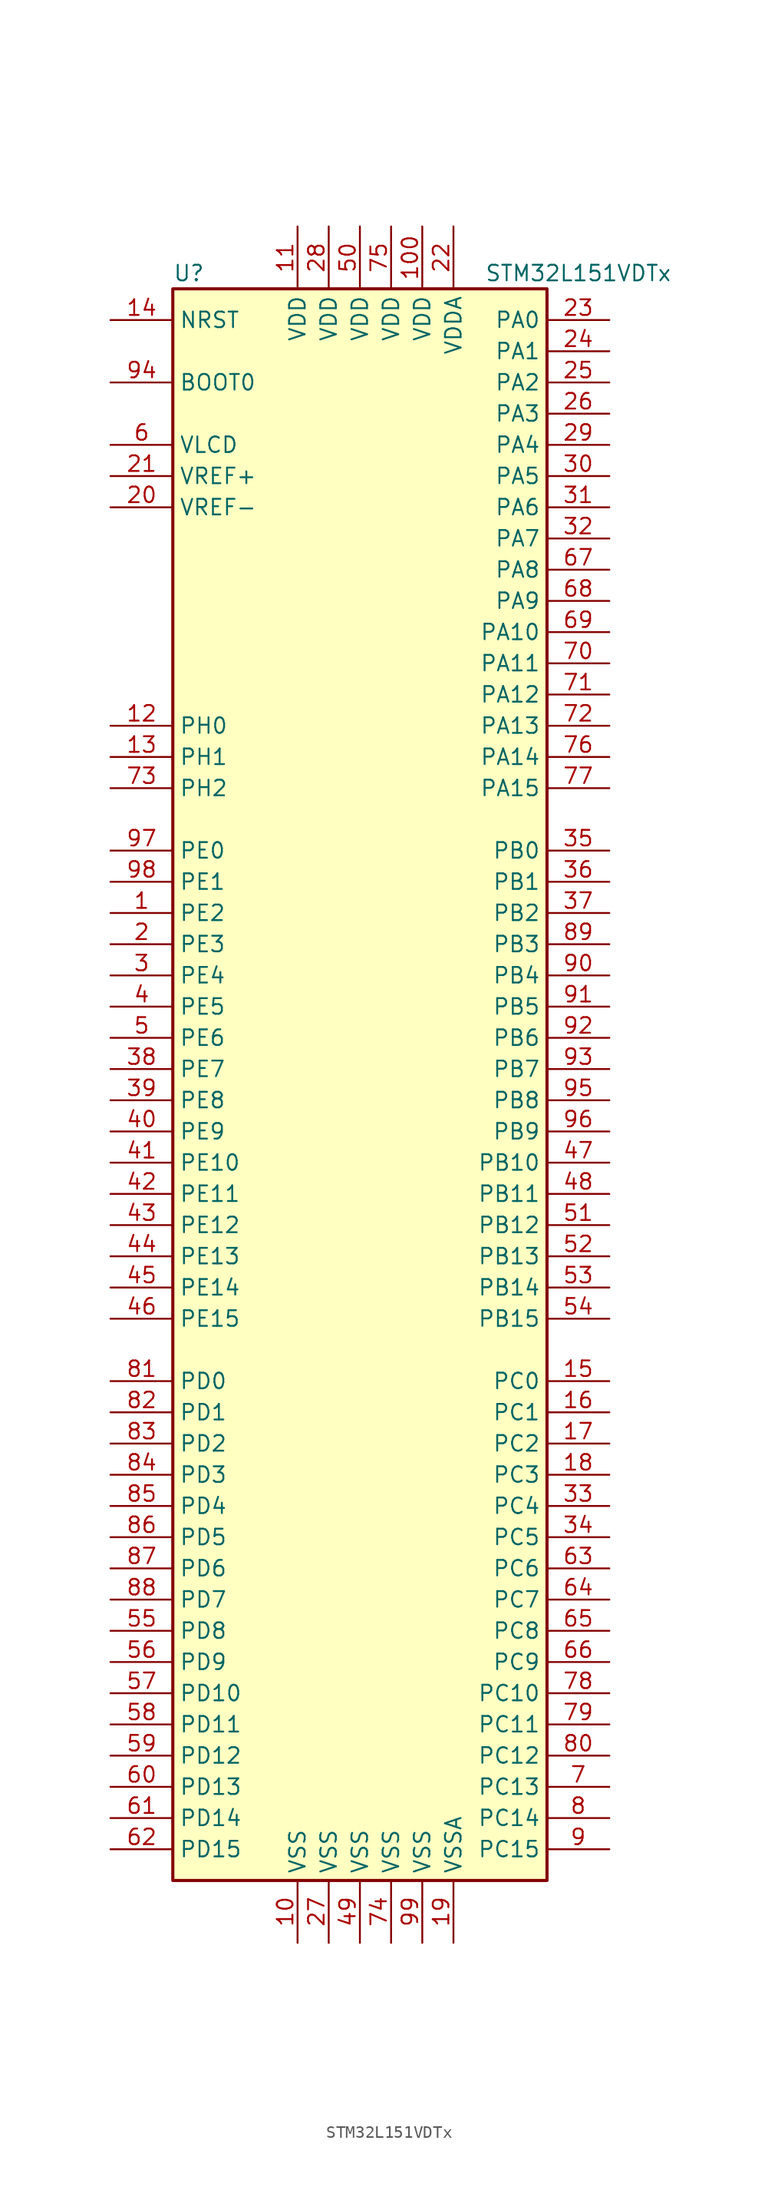
<source format=kicad_sym>
(kicad_symbol_lib
  (version 20201005)
  (generator kicad_symbol_editor)
  (symbol "MCU_ST_STM32L1:STM32L151VDTx"
    (property "Reference" "U"
      (at -15.24 64.77 0)
      (effects (font (size 1.27 1.27)) (justify left)))
    (property "Value" "STM32L151VDTx"
      (at 10.16 64.77 0)
      (effects (font (size 1.27 1.27)) (justify left)))
    (symbol "STM32L151VDTx_0_1"
      (rectangle (start -15.24 -66.04) (end 15.24 63.5) (stroke (width 0.254)) (fill (type background))))
    (symbol "STM32L151VDTx_1_1"
      (pin input line (at -20.32 55.88 0) (length 5.08) (name "BOOT0" (effects (font (size 1.27 1.27)))) (number "94" (effects (font (size 1.27 1.27)))))
      (pin input line (at -20.32 60.96 0) (length 5.08) (name "NRST" (effects (font (size 1.27 1.27)))) (number "14" (effects (font (size 1.27 1.27)))))
      (pin bidirectional line (at 20.32 60.96 180) (length 5.08) (name "PA0" (effects (font (size 1.27 1.27)))) (number "23" (effects (font (size 1.27 1.27)))))
      (pin bidirectional line (at 20.32 58.42 180) (length 5.08) (name "PA1" (effects (font (size 1.27 1.27)))) (number "24" (effects (font (size 1.27 1.27)))))
      (pin bidirectional line (at 20.32 35.56 180) (length 5.08) (name "PA10" (effects (font (size 1.27 1.27)))) (number "69" (effects (font (size 1.27 1.27)))))
      (pin bidirectional line (at 20.32 33.02 180) (length 5.08) (name "PA11" (effects (font (size 1.27 1.27)))) (number "70" (effects (font (size 1.27 1.27)))))
      (pin bidirectional line (at 20.32 30.48 180) (length 5.08) (name "PA12" (effects (font (size 1.27 1.27)))) (number "71" (effects (font (size 1.27 1.27)))))
      (pin bidirectional line (at 20.32 27.94 180) (length 5.08) (name "PA13" (effects (font (size 1.27 1.27)))) (number "72" (effects (font (size 1.27 1.27)))))
      (pin bidirectional line (at 20.32 25.4 180) (length 5.08) (name "PA14" (effects (font (size 1.27 1.27)))) (number "76" (effects (font (size 1.27 1.27)))))
      (pin bidirectional line (at 20.32 22.86 180) (length 5.08) (name "PA15" (effects (font (size 1.27 1.27)))) (number "77" (effects (font (size 1.27 1.27)))))
      (pin bidirectional line (at 20.32 55.88 180) (length 5.08) (name "PA2" (effects (font (size 1.27 1.27)))) (number "25" (effects (font (size 1.27 1.27)))))
      (pin bidirectional line (at 20.32 53.34 180) (length 5.08) (name "PA3" (effects (font (size 1.27 1.27)))) (number "26" (effects (font (size 1.27 1.27)))))
      (pin bidirectional line (at 20.32 50.8 180) (length 5.08) (name "PA4" (effects (font (size 1.27 1.27)))) (number "29" (effects (font (size 1.27 1.27)))))
      (pin bidirectional line (at 20.32 48.26 180) (length 5.08) (name "PA5" (effects (font (size 1.27 1.27)))) (number "30" (effects (font (size 1.27 1.27)))))
      (pin bidirectional line (at 20.32 45.72 180) (length 5.08) (name "PA6" (effects (font (size 1.27 1.27)))) (number "31" (effects (font (size 1.27 1.27)))))
      (pin bidirectional line (at 20.32 43.18 180) (length 5.08) (name "PA7" (effects (font (size 1.27 1.27)))) (number "32" (effects (font (size 1.27 1.27)))))
      (pin bidirectional line (at 20.32 40.64 180) (length 5.08) (name "PA8" (effects (font (size 1.27 1.27)))) (number "67" (effects (font (size 1.27 1.27)))))
      (pin bidirectional line (at 20.32 38.1 180) (length 5.08) (name "PA9" (effects (font (size 1.27 1.27)))) (number "68" (effects (font (size 1.27 1.27)))))
      (pin bidirectional line (at 20.32 17.78 180) (length 5.08) (name "PB0" (effects (font (size 1.27 1.27)))) (number "35" (effects (font (size 1.27 1.27)))))
      (pin bidirectional line (at 20.32 15.24 180) (length 5.08) (name "PB1" (effects (font (size 1.27 1.27)))) (number "36" (effects (font (size 1.27 1.27)))))
      (pin bidirectional line (at 20.32 -7.62 180) (length 5.08) (name "PB10" (effects (font (size 1.27 1.27)))) (number "47" (effects (font (size 1.27 1.27)))))
      (pin bidirectional line (at 20.32 -10.16 180) (length 5.08) (name "PB11" (effects (font (size 1.27 1.27)))) (number "48" (effects (font (size 1.27 1.27)))))
      (pin bidirectional line (at 20.32 -12.7 180) (length 5.08) (name "PB12" (effects (font (size 1.27 1.27)))) (number "51" (effects (font (size 1.27 1.27)))))
      (pin bidirectional line (at 20.32 -15.24 180) (length 5.08) (name "PB13" (effects (font (size 1.27 1.27)))) (number "52" (effects (font (size 1.27 1.27)))))
      (pin bidirectional line (at 20.32 -17.78 180) (length 5.08) (name "PB14" (effects (font (size 1.27 1.27)))) (number "53" (effects (font (size 1.27 1.27)))))
      (pin bidirectional line (at 20.32 -20.32 180) (length 5.08) (name "PB15" (effects (font (size 1.27 1.27)))) (number "54" (effects (font (size 1.27 1.27)))))
      (pin bidirectional line (at 20.32 12.7 180) (length 5.08) (name "PB2" (effects (font (size 1.27 1.27)))) (number "37" (effects (font (size 1.27 1.27)))))
      (pin bidirectional line (at 20.32 10.16 180) (length 5.08) (name "PB3" (effects (font (size 1.27 1.27)))) (number "89" (effects (font (size 1.27 1.27)))))
      (pin bidirectional line (at 20.32 7.62 180) (length 5.08) (name "PB4" (effects (font (size 1.27 1.27)))) (number "90" (effects (font (size 1.27 1.27)))))
      (pin bidirectional line (at 20.32 5.08 180) (length 5.08) (name "PB5" (effects (font (size 1.27 1.27)))) (number "91" (effects (font (size 1.27 1.27)))))
      (pin bidirectional line (at 20.32 2.54 180) (length 5.08) (name "PB6" (effects (font (size 1.27 1.27)))) (number "92" (effects (font (size 1.27 1.27)))))
      (pin bidirectional line (at 20.32 0 180) (length 5.08) (name "PB7" (effects (font (size 1.27 1.27)))) (number "93" (effects (font (size 1.27 1.27)))))
      (pin bidirectional line (at 20.32 -2.54 180) (length 5.08) (name "PB8" (effects (font (size 1.27 1.27)))) (number "95" (effects (font (size 1.27 1.27)))))
      (pin bidirectional line (at 20.32 -5.08 180) (length 5.08) (name "PB9" (effects (font (size 1.27 1.27)))) (number "96" (effects (font (size 1.27 1.27)))))
      (pin bidirectional line (at 20.32 -25.4 180) (length 5.08) (name "PC0" (effects (font (size 1.27 1.27)))) (number "15" (effects (font (size 1.27 1.27)))))
      (pin bidirectional line (at 20.32 -27.94 180) (length 5.08) (name "PC1" (effects (font (size 1.27 1.27)))) (number "16" (effects (font (size 1.27 1.27)))))
      (pin bidirectional line (at 20.32 -50.8 180) (length 5.08) (name "PC10" (effects (font (size 1.27 1.27)))) (number "78" (effects (font (size 1.27 1.27)))))
      (pin bidirectional line (at 20.32 -53.34 180) (length 5.08) (name "PC11" (effects (font (size 1.27 1.27)))) (number "79" (effects (font (size 1.27 1.27)))))
      (pin bidirectional line (at 20.32 -55.88 180) (length 5.08) (name "PC12" (effects (font (size 1.27 1.27)))) (number "80" (effects (font (size 1.27 1.27)))))
      (pin bidirectional line (at 20.32 -58.42 180) (length 5.08) (name "PC13" (effects (font (size 1.27 1.27)))) (number "7" (effects (font (size 1.27 1.27)))))
      (pin bidirectional line (at 20.32 -60.96 180) (length 5.08) (name "PC14" (effects (font (size 1.27 1.27)))) (number "8" (effects (font (size 1.27 1.27)))))
      (pin bidirectional line (at 20.32 -63.5 180) (length 5.08) (name "PC15" (effects (font (size 1.27 1.27)))) (number "9" (effects (font (size 1.27 1.27)))))
      (pin bidirectional line (at 20.32 -30.48 180) (length 5.08) (name "PC2" (effects (font (size 1.27 1.27)))) (number "17" (effects (font (size 1.27 1.27)))))
      (pin bidirectional line (at 20.32 -33.02 180) (length 5.08) (name "PC3" (effects (font (size 1.27 1.27)))) (number "18" (effects (font (size 1.27 1.27)))))
      (pin bidirectional line (at 20.32 -35.56 180) (length 5.08) (name "PC4" (effects (font (size 1.27 1.27)))) (number "33" (effects (font (size 1.27 1.27)))))
      (pin bidirectional line (at 20.32 -38.1 180) (length 5.08) (name "PC5" (effects (font (size 1.27 1.27)))) (number "34" (effects (font (size 1.27 1.27)))))
      (pin bidirectional line (at 20.32 -40.64 180) (length 5.08) (name "PC6" (effects (font (size 1.27 1.27)))) (number "63" (effects (font (size 1.27 1.27)))))
      (pin bidirectional line (at 20.32 -43.18 180) (length 5.08) (name "PC7" (effects (font (size 1.27 1.27)))) (number "64" (effects (font (size 1.27 1.27)))))
      (pin bidirectional line (at 20.32 -45.72 180) (length 5.08) (name "PC8" (effects (font (size 1.27 1.27)))) (number "65" (effects (font (size 1.27 1.27)))))
      (pin bidirectional line (at 20.32 -48.26 180) (length 5.08) (name "PC9" (effects (font (size 1.27 1.27)))) (number "66" (effects (font (size 1.27 1.27)))))
      (pin bidirectional line (at -20.32 -25.4 0) (length 5.08) (name "PD0" (effects (font (size 1.27 1.27)))) (number "81" (effects (font (size 1.27 1.27)))))
      (pin bidirectional line (at -20.32 -27.94 0) (length 5.08) (name "PD1" (effects (font (size 1.27 1.27)))) (number "82" (effects (font (size 1.27 1.27)))))
      (pin bidirectional line (at -20.32 -50.8 0) (length 5.08) (name "PD10" (effects (font (size 1.27 1.27)))) (number "57" (effects (font (size 1.27 1.27)))))
      (pin bidirectional line (at -20.32 -53.34 0) (length 5.08) (name "PD11" (effects (font (size 1.27 1.27)))) (number "58" (effects (font (size 1.27 1.27)))))
      (pin bidirectional line (at -20.32 -55.88 0) (length 5.08) (name "PD12" (effects (font (size 1.27 1.27)))) (number "59" (effects (font (size 1.27 1.27)))))
      (pin bidirectional line (at -20.32 -58.42 0) (length 5.08) (name "PD13" (effects (font (size 1.27 1.27)))) (number "60" (effects (font (size 1.27 1.27)))))
      (pin bidirectional line (at -20.32 -60.96 0) (length 5.08) (name "PD14" (effects (font (size 1.27 1.27)))) (number "61" (effects (font (size 1.27 1.27)))))
      (pin bidirectional line (at -20.32 -63.5 0) (length 5.08) (name "PD15" (effects (font (size 1.27 1.27)))) (number "62" (effects (font (size 1.27 1.27)))))
      (pin bidirectional line (at -20.32 -30.48 0) (length 5.08) (name "PD2" (effects (font (size 1.27 1.27)))) (number "83" (effects (font (size 1.27 1.27)))))
      (pin bidirectional line (at -20.32 -33.02 0) (length 5.08) (name "PD3" (effects (font (size 1.27 1.27)))) (number "84" (effects (font (size 1.27 1.27)))))
      (pin bidirectional line (at -20.32 -35.56 0) (length 5.08) (name "PD4" (effects (font (size 1.27 1.27)))) (number "85" (effects (font (size 1.27 1.27)))))
      (pin bidirectional line (at -20.32 -38.1 0) (length 5.08) (name "PD5" (effects (font (size 1.27 1.27)))) (number "86" (effects (font (size 1.27 1.27)))))
      (pin bidirectional line (at -20.32 -40.64 0) (length 5.08) (name "PD6" (effects (font (size 1.27 1.27)))) (number "87" (effects (font (size 1.27 1.27)))))
      (pin bidirectional line (at -20.32 -43.18 0) (length 5.08) (name "PD7" (effects (font (size 1.27 1.27)))) (number "88" (effects (font (size 1.27 1.27)))))
      (pin bidirectional line (at -20.32 -45.72 0) (length 5.08) (name "PD8" (effects (font (size 1.27 1.27)))) (number "55" (effects (font (size 1.27 1.27)))))
      (pin bidirectional line (at -20.32 -48.26 0) (length 5.08) (name "PD9" (effects (font (size 1.27 1.27)))) (number "56" (effects (font (size 1.27 1.27)))))
      (pin bidirectional line (at -20.32 17.78 0) (length 5.08) (name "PE0" (effects (font (size 1.27 1.27)))) (number "97" (effects (font (size 1.27 1.27)))))
      (pin bidirectional line (at -20.32 15.24 0) (length 5.08) (name "PE1" (effects (font (size 1.27 1.27)))) (number "98" (effects (font (size 1.27 1.27)))))
      (pin bidirectional line (at -20.32 -7.62 0) (length 5.08) (name "PE10" (effects (font (size 1.27 1.27)))) (number "41" (effects (font (size 1.27 1.27)))))
      (pin bidirectional line (at -20.32 -10.16 0) (length 5.08) (name "PE11" (effects (font (size 1.27 1.27)))) (number "42" (effects (font (size 1.27 1.27)))))
      (pin bidirectional line (at -20.32 -12.7 0) (length 5.08) (name "PE12" (effects (font (size 1.27 1.27)))) (number "43" (effects (font (size 1.27 1.27)))))
      (pin bidirectional line (at -20.32 -15.24 0) (length 5.08) (name "PE13" (effects (font (size 1.27 1.27)))) (number "44" (effects (font (size 1.27 1.27)))))
      (pin bidirectional line (at -20.32 -17.78 0) (length 5.08) (name "PE14" (effects (font (size 1.27 1.27)))) (number "45" (effects (font (size 1.27 1.27)))))
      (pin bidirectional line (at -20.32 -20.32 0) (length 5.08) (name "PE15" (effects (font (size 1.27 1.27)))) (number "46" (effects (font (size 1.27 1.27)))))
      (pin bidirectional line (at -20.32 12.7 0) (length 5.08) (name "PE2" (effects (font (size 1.27 1.27)))) (number "1" (effects (font (size 1.27 1.27)))))
      (pin bidirectional line (at -20.32 10.16 0) (length 5.08) (name "PE3" (effects (font (size 1.27 1.27)))) (number "2" (effects (font (size 1.27 1.27)))))
      (pin bidirectional line (at -20.32 7.62 0) (length 5.08) (name "PE4" (effects (font (size 1.27 1.27)))) (number "3" (effects (font (size 1.27 1.27)))))
      (pin bidirectional line (at -20.32 5.08 0) (length 5.08) (name "PE5" (effects (font (size 1.27 1.27)))) (number "4" (effects (font (size 1.27 1.27)))))
      (pin bidirectional line (at -20.32 2.54 0) (length 5.08) (name "PE6" (effects (font (size 1.27 1.27)))) (number "5" (effects (font (size 1.27 1.27)))))
      (pin bidirectional line (at -20.32 0 0) (length 5.08) (name "PE7" (effects (font (size 1.27 1.27)))) (number "38" (effects (font (size 1.27 1.27)))))
      (pin bidirectional line (at -20.32 -2.54 0) (length 5.08) (name "PE8" (effects (font (size 1.27 1.27)))) (number "39" (effects (font (size 1.27 1.27)))))
      (pin bidirectional line (at -20.32 -5.08 0) (length 5.08) (name "PE9" (effects (font (size 1.27 1.27)))) (number "40" (effects (font (size 1.27 1.27)))))
      (pin input line (at -20.32 27.94 0) (length 5.08) (name "PH0" (effects (font (size 1.27 1.27)))) (number "12" (effects (font (size 1.27 1.27)))))
      (pin input line (at -20.32 25.4 0) (length 5.08) (name "PH1" (effects (font (size 1.27 1.27)))) (number "13" (effects (font (size 1.27 1.27)))))
      (pin bidirectional line (at -20.32 22.86 0) (length 5.08) (name "PH2" (effects (font (size 1.27 1.27)))) (number "73" (effects (font (size 1.27 1.27)))))
      (pin power_in line (at 5.08 68.58 270) (length 5.08) (name "VDD" (effects (font (size 1.27 1.27)))) (number "100" (effects (font (size 1.27 1.27)))))
      (pin power_in line (at -5.08 68.58 270) (length 5.08) (name "VDD" (effects (font (size 1.27 1.27)))) (number "11" (effects (font (size 1.27 1.27)))))
      (pin power_in line (at -2.54 68.58 270) (length 5.08) (name "VDD" (effects (font (size 1.27 1.27)))) (number "28" (effects (font (size 1.27 1.27)))))
      (pin power_in line (at 0 68.58 270) (length 5.08) (name "VDD" (effects (font (size 1.27 1.27)))) (number "50" (effects (font (size 1.27 1.27)))))
      (pin power_in line (at 2.54 68.58 270) (length 5.08) (name "VDD" (effects (font (size 1.27 1.27)))) (number "75" (effects (font (size 1.27 1.27)))))
      (pin power_in line (at 7.62 68.58 270) (length 5.08) (name "VDDA" (effects (font (size 1.27 1.27)))) (number "22" (effects (font (size 1.27 1.27)))))
      (pin power_in line (at -20.32 50.8 0) (length 5.08) (name "VLCD" (effects (font (size 1.27 1.27)))) (number "6" (effects (font (size 1.27 1.27)))))
      (pin power_in line (at -20.32 48.26 0) (length 5.08) (name "VREF+" (effects (font (size 1.27 1.27)))) (number "21" (effects (font (size 1.27 1.27)))))
      (pin power_in line (at -20.32 45.72 0) (length 5.08) (name "VREF-" (effects (font (size 1.27 1.27)))) (number "20" (effects (font (size 1.27 1.27)))))
      (pin power_in line (at -5.08 -71.12 90) (length 5.08) (name "VSS" (effects (font (size 1.27 1.27)))) (number "10" (effects (font (size 1.27 1.27)))))
      (pin power_in line (at -2.54 -71.12 90) (length 5.08) (name "VSS" (effects (font (size 1.27 1.27)))) (number "27" (effects (font (size 1.27 1.27)))))
      (pin power_in line (at 0 -71.12 90) (length 5.08) (name "VSS" (effects (font (size 1.27 1.27)))) (number "49" (effects (font (size 1.27 1.27)))))
      (pin power_in line (at 2.54 -71.12 90) (length 5.08) (name "VSS" (effects (font (size 1.27 1.27)))) (number "74" (effects (font (size 1.27 1.27)))))
      (pin power_in line (at 5.08 -71.12 90) (length 5.08) (name "VSS" (effects (font (size 1.27 1.27)))) (number "99" (effects (font (size 1.27 1.27)))))
      (pin power_in line (at 7.62 -71.12 90) (length 5.08) (name "VSSA" (effects (font (size 1.27 1.27)))) (number "19" (effects (font (size 1.27 1.27))))))))
</source>
